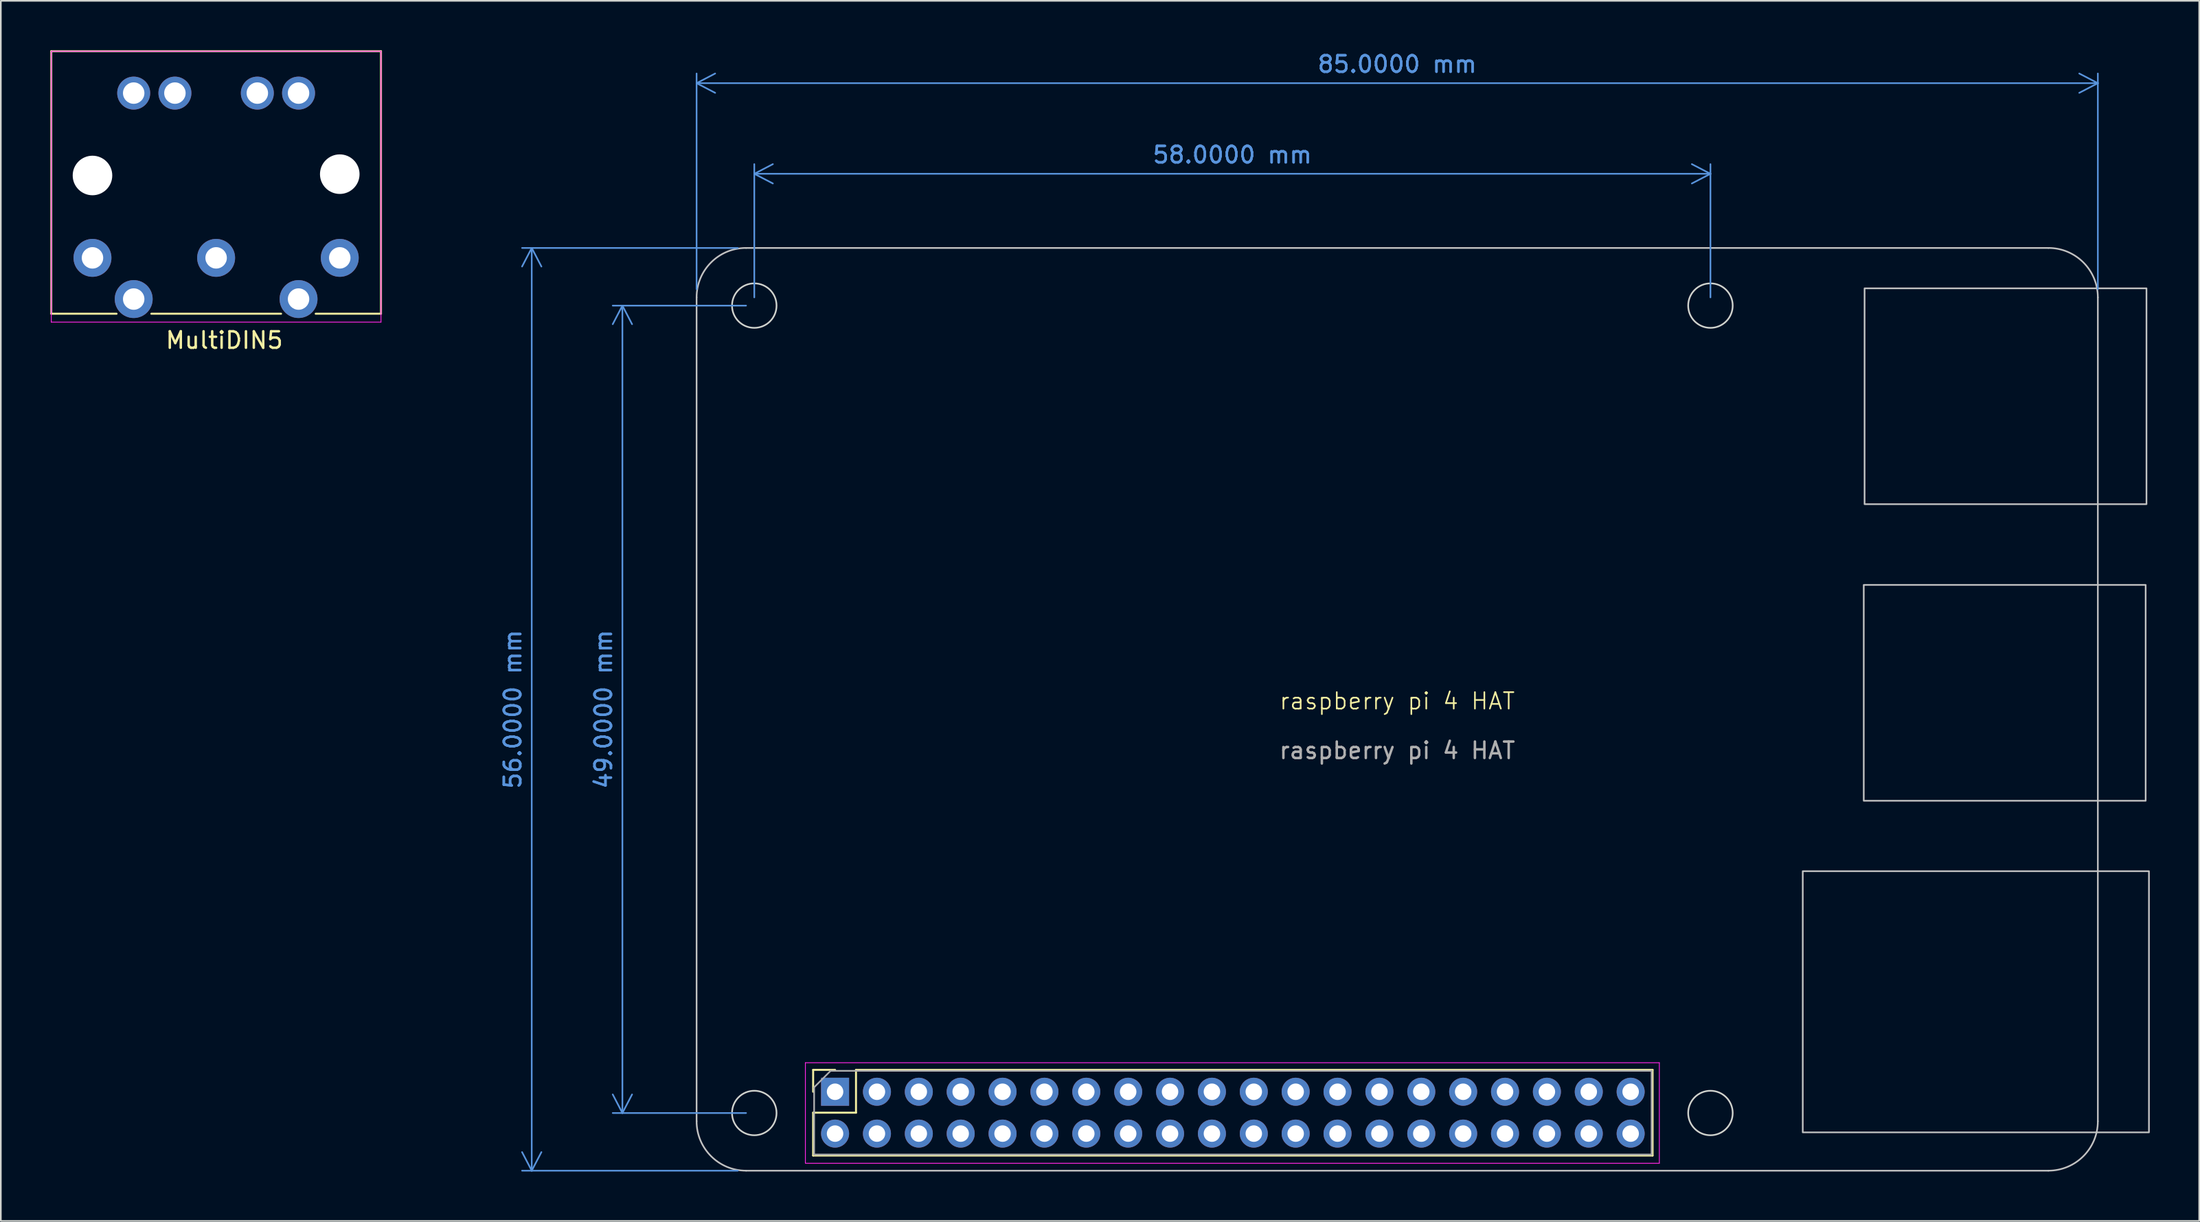
<source format=kicad_pcb>
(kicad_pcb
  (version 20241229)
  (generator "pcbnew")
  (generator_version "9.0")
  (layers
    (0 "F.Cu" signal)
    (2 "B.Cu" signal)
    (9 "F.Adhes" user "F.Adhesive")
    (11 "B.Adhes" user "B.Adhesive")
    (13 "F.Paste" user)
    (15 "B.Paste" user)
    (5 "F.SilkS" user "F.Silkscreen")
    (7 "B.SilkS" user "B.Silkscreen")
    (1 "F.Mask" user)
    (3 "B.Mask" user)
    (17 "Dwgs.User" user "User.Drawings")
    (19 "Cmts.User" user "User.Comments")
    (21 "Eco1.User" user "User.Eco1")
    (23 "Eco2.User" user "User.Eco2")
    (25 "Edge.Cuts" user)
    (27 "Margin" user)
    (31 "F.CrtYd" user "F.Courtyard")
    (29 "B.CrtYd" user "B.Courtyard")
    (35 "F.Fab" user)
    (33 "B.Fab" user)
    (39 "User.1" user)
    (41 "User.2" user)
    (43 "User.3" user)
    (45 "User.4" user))
  (footprint "MultiDIN5"
    (layer "F.Cu")
    (at 2.56 12.6)
    (property "Reference" "MultiDIN5" (at 8 5 0) (layer "F.SilkS") (effects (font (size 1 1) (thickness 0.15))))
    (attr through_hole)
    (fp_line (start -2.5 3.39) (end -2.5 -12.54) (stroke (width 0.12) (type solid)) (layer "F.SilkS"))
    (fp_line (start 1.46 3.39) (end -2.5 3.39) (stroke (width 0.12) (type solid)) (layer "F.SilkS"))
    (fp_line (start 11.44 3.39) (end 3.57 3.39) (stroke (width 0.12) (type solid)) (layer "F.SilkS"))
    (fp_line (start 17.5 -12.54) (end -2.5 -12.54) (stroke (width 0.12) (type solid)) (layer "F.SilkS"))
    (fp_line (start 17.5 3.39) (end 13.54 3.39) (stroke (width 0.12) (type solid)) (layer "F.SilkS"))
    (fp_line (start 17.5 3.39) (end 17.5 -12.54) (stroke (width 0.12) (type solid)) (layer "F.SilkS"))
    (fp_line (start -2.5 -12.54) (end -2.5 3.9) (stroke (width 0.05) (type solid)) (layer "F.CrtYd"))
    (fp_line (start 17.5 -12.54) (end -2.5 -12.54) (stroke (width 0.05) (type solid)) (layer "F.CrtYd"))
    (fp_line (start 17.5 3.9) (end -2.5 3.9) (stroke (width 0.05) (type solid)) (layer "F.CrtYd"))
    (fp_line (start 17.5 3.9) (end 17.5 -12.54) (stroke (width 0.05) (type solid)) (layer "F.CrtYd"))
    (pad "" np_thru_hole circle (at 0 -5) (size 2.4 2.4) (drill 2.4) (layers "*.Cu" "*.Mask"))
    (pad "" thru_hole circle (at 2.5 -10) (size 2 2) (drill 1.3) (layers "*.Cu" "*.Mask"))
    (pad "" thru_hole circle (at 5 -10) (size 2 2) (drill 1.3) (layers "*.Cu" "*.Mask"))
    (pad "" thru_hole circle (at 10 -10) (size 2 2) (drill 1.3) (layers "*.Cu" "*.Mask"))
    (pad "" thru_hole circle (at 12.5 -10) (size 2 2) (drill 1.3) (layers "*.Cu" "*.Mask"))
    (pad "" np_thru_hole circle (at 15 -5.08) (size 2.4 2.4) (drill 2.4) (layers "*.Cu" "*.Mask"))
    (pad "1" thru_hole circle (at 0 0) (size 2.3 2.3) (drill 1.3) (layers "*.Cu" "*.Mask"))
    (pad "2" thru_hole circle (at 7.5 0) (size 2.3 2.3) (drill 1.3) (layers "*.Cu" "*.Mask"))
    (pad "3" thru_hole circle (at 15 0) (size 2.3 2.3) (drill 1.3) (layers "*.Cu" "*.Mask"))
    (pad "4" thru_hole circle (at 2.5 2.5) (size 2.3 2.3) (drill 1.3) (layers "*.Cu" "*.Mask"))
    (pad "5" thru_hole circle (at 12.5 2.5) (size 2.3 2.3) (drill 1.3) (layers "*.Cu" "*.Mask")))
  (footprint "raspberry pi 4 HAT"
    (layer "F.Cu")
    (at 81.705 39.998)
    (property "Reference" "raspberry pi 4 HAT" (at 0 -0.5 0) (unlocked yes) (layer "F.SilkS") (effects (font (size 1 1) (thickness 0.1))))
    (attr through_hole)
    (fp_line (start -35.43 21.88) (end -34.1 21.88) (stroke (width 0.12) (type solid)) (layer "F.SilkS"))
    (fp_line (start -35.43 23.21) (end -35.43 21.88) (stroke (width 0.12) (type solid)) (layer "F.SilkS"))
    (fp_line (start -35.43 24.48) (end -32.83 24.48) (stroke (width 0.12) (type solid)) (layer "F.SilkS"))
    (fp_line (start -35.43 27.08) (end -35.43 24.48) (stroke (width 0.12) (type solid)) (layer "F.SilkS"))
    (fp_line (start -35.43 27.08) (end 15.49 27.08) (stroke (width 0.12) (type solid)) (layer "F.SilkS"))
    (fp_line (start -32.83 21.88) (end 15.49 21.88) (stroke (width 0.12) (type solid)) (layer "F.SilkS"))
    (fp_line (start -32.83 24.48) (end -32.83 21.88) (stroke (width 0.12) (type solid)) (layer "F.SilkS"))
    (fp_line (start 15.49 27.08) (end 15.49 21.88) (stroke (width 0.12) (type solid)) (layer "F.SilkS"))
    (fp_line (start -42.5 -25) (end -42.5 25) (stroke (width 0.1) (type default)) (layer "Dwgs.User"))
    (fp_line (start -39.5 -28) (end 39.5 -28) (stroke (width 0.1) (type default)) (layer "Dwgs.User"))
    (fp_line (start -39.5 28) (end 39.5 28) (stroke (width 0.1) (type default)) (layer "Dwgs.User"))
    (fp_line (start 42.5 -25) (end 42.5 25) (stroke (width 0.1) (type default)) (layer "Dwgs.User"))
    (fp_rect (start 24.6 25.675) (end 45.6 9.825) (stroke (width 0.1) (type default)) (fill no) (layer "Dwgs.User"))
    (fp_rect (start 28.3 5.55) (end 45.4 -7.55) (stroke (width 0.1) (type default)) (fill no) (layer "Dwgs.User"))
    (fp_rect (start 28.35 -12.45) (end 45.45 -25.55) (stroke (width 0.1) (type default)) (fill no) (layer "Dwgs.User"))
    (fp_arc (start -42.5 -25) (mid -41.62132 -27.12132) (end -39.5 -28) (stroke (width 0.1) (type default)) (layer "Dwgs.User"))
    (fp_arc (start -39.5 28) (mid -41.62132 27.12132) (end -42.5 25) (stroke (width 0.1) (type default)) (layer "Dwgs.User"))
    (fp_arc (start 39.5 -28) (mid 41.62132 -27.12132) (end 42.5 -25) (stroke (width 0.1) (type default)) (layer "Dwgs.User"))
    (fp_arc (start 42.5 25) (mid 41.62132 27.12132) (end 39.5 28) (stroke (width 0.1) (type default)) (layer "Dwgs.User"))
    (fp_circle (center -39 -24.5) (end -37.65 -24.5) (stroke (width 0.1) (type default)) (fill no) (layer "Edge.Cuts"))
    (fp_circle (center -39 24.5) (end -37.65 24.5) (stroke (width 0.1) (type default)) (fill no) (layer "Edge.Cuts"))
    (fp_circle (center 19 -24.5) (end 20.35 -24.5) (stroke (width 0.1) (type default)) (fill no) (layer "Edge.Cuts"))
    (fp_circle (center 19 24.5) (end 20.35 24.5) (stroke (width 0.1) (type default)) (fill no) (layer "Edge.Cuts"))
    (fp_line (start -35.9 21.45) (end 15.9 21.45) (stroke (width 0.05) (type solid)) (layer "F.CrtYd"))
    (fp_line (start -35.9 27.55) (end -35.9 21.45) (stroke (width 0.05) (type solid)) (layer "F.CrtYd"))
    (fp_line (start 15.9 21.45) (end 15.9 27.55) (stroke (width 0.05) (type solid)) (layer "F.CrtYd"))
    (fp_line (start 15.9 27.55) (end -35.9 27.55) (stroke (width 0.05) (type solid)) (layer "F.CrtYd"))
    (fp_line (start -35.37 22.94) (end -34.37 21.94) (stroke (width 0.1) (type solid)) (layer "F.Fab"))
    (fp_line (start -35.37 27.02) (end -35.37 22.94) (stroke (width 0.1) (type solid)) (layer "F.Fab"))
    (fp_line (start -34.37 21.94) (end 15.43 21.94) (stroke (width 0.1) (type solid)) (layer "F.Fab"))
    (fp_line (start 15.43 21.94) (end 15.43 27.02) (stroke (width 0.1) (type solid)) (layer "F.Fab"))
    (fp_line (start 15.43 27.02) (end -35.37 27.02) (stroke (width 0.1) (type solid)) (layer "F.Fab"))
    (fp_text user "${REFERENCE}" (at 0 2.5 0) (unlocked yes) (layer "F.Fab") (effects (font (size 1 1) (thickness 0.15))))
    (dimension (type aligned) (layer "Cmts.User") (pts (xy 42.705 15.498) (xy 42.705 64.498)) (height 8) (format (prefix "") (suffix "") (units 3) (units_format 1) (precision 4)) (style (thickness 0.1) (arrow_length 1.27) (text_position_mode 0) (arrow_direction outward) (extension_height 0.586) (extension_offset 0.5) (keep_text_aligned yes)) (gr_text "49.0000 mm" (at 33.555 39.998 90) (layer "Cmts.User") (effects (font (size 1 1) (thickness 0.15)))))
    (dimension (type aligned) (layer "Cmts.User") (pts (xy 42.205 11.998) (xy 42.205 67.998)) (height 13) (format (prefix "") (suffix "") (units 3) (units_format 1) (precision 4)) (style (thickness 0.1) (arrow_length 1.27) (text_position_mode 0) (arrow_direction outward) (extension_height 0.586) (extension_offset 0.5) (keep_text_aligned yes)) (gr_text "56.0000 mm" (at 28.055 39.998 90) (layer "Cmts.User") (effects (font (size 1 1) (thickness 0.15)))))
    (dimension (type aligned) (layer "Cmts.User") (pts (xy 39.205 14.998) (xy 124.205 14.998)) (height -13) (format (prefix "") (suffix "") (units 3) (units_format 1) (precision 4)) (style (thickness 0.1) (arrow_length 1.27) (text_position_mode 0) (arrow_direction outward) (extension_height 0.586) (extension_offset 0.5) (keep_text_aligned yes)) (gr_text "85.0000 mm" (at 81.705 0.848 0) (layer "Cmts.User") (effects (font (size 1 1) (thickness 0.15)))))
    (dimension (type aligned) (layer "Cmts.User") (pts (xy 42.705 15.498) (xy 100.705 15.498)) (height -8) (format (prefix "") (suffix "") (units 3) (units_format 1) (precision 4)) (style (thickness 0.1) (arrow_length 1.27) (text_position_mode 0) (arrow_direction outward) (extension_height 0.586) (extension_offset 0.5) (keep_text_aligned yes)) (gr_text "58.0000 mm" (at 71.705 6.348 0) (layer "Cmts.User") (effects (font (size 1 1) (thickness 0.15)))))
    (pad "1" thru_hole rect (at -34.1 23.21 90) (size 1.7 1.7) (drill 1) (layers "*.Cu" "*.Mask"))
    (pad "2" thru_hole oval (at -34.1 25.75 90) (size 1.7 1.7) (drill 1) (layers "*.Cu" "*.Mask"))
    (pad "3" thru_hole oval (at -31.56 23.21 90) (size 1.7 1.7) (drill 1) (layers "*.Cu" "*.Mask"))
    (pad "4" thru_hole oval (at -31.56 25.75 90) (size 1.7 1.7) (drill 1) (layers "*.Cu" "*.Mask"))
    (pad "5" thru_hole oval (at -29.02 23.21 90) (size 1.7 1.7) (drill 1) (layers "*.Cu" "*.Mask"))
    (pad "6" thru_hole oval (at -29.02 25.75 90) (size 1.7 1.7) (drill 1) (layers "*.Cu" "*.Mask"))
    (pad "7" thru_hole oval (at -26.48 23.21 90) (size 1.7 1.7) (drill 1) (layers "*.Cu" "*.Mask"))
    (pad "8" thru_hole oval (at -26.48 25.75 90) (size 1.7 1.7) (drill 1) (layers "*.Cu" "*.Mask"))
    (pad "9" thru_hole oval (at -23.94 23.21 90) (size 1.7 1.7) (drill 1) (layers "*.Cu" "*.Mask"))
    (pad "10" thru_hole oval (at -23.94 25.75 90) (size 1.7 1.7) (drill 1) (layers "*.Cu" "*.Mask"))
    (pad "11" thru_hole oval (at -21.4 23.21 90) (size 1.7 1.7) (drill 1) (layers "*.Cu" "*.Mask"))
    (pad "12" thru_hole oval (at -21.4 25.75 90) (size 1.7 1.7) (drill 1) (layers "*.Cu" "*.Mask"))
    (pad "13" thru_hole oval (at -18.86 23.21 90) (size 1.7 1.7) (drill 1) (layers "*.Cu" "*.Mask"))
    (pad "14" thru_hole oval (at -18.86 25.75 90) (size 1.7 1.7) (drill 1) (layers "*.Cu" "*.Mask"))
    (pad "15" thru_hole oval (at -16.32 23.21 90) (size 1.7 1.7) (drill 1) (layers "*.Cu" "*.Mask"))
    (pad "16" thru_hole oval (at -16.32 25.75 90) (size 1.7 1.7) (drill 1) (layers "*.Cu" "*.Mask"))
    (pad "17" thru_hole oval (at -13.78 23.21 90) (size 1.7 1.7) (drill 1) (layers "*.Cu" "*.Mask"))
    (pad "18" thru_hole oval (at -13.78 25.75 90) (size 1.7 1.7) (drill 1) (layers "*.Cu" "*.Mask"))
    (pad "19" thru_hole oval (at -11.24 23.21 90) (size 1.7 1.7) (drill 1) (layers "*.Cu" "*.Mask"))
    (pad "20" thru_hole oval (at -11.24 25.75 90) (size 1.7 1.7) (drill 1) (layers "*.Cu" "*.Mask"))
    (pad "21" thru_hole oval (at -8.7 23.21 90) (size 1.7 1.7) (drill 1) (layers "*.Cu" "*.Mask"))
    (pad "22" thru_hole oval (at -8.7 25.75 90) (size 1.7 1.7) (drill 1) (layers "*.Cu" "*.Mask"))
    (pad "23" thru_hole oval (at -6.16 23.21 90) (size 1.7 1.7) (drill 1) (layers "*.Cu" "*.Mask"))
    (pad "24" thru_hole oval (at -6.16 25.75 90) (size 1.7 1.7) (drill 1) (layers "*.Cu" "*.Mask"))
    (pad "25" thru_hole oval (at -3.62 23.21 90) (size 1.7 1.7) (drill 1) (layers "*.Cu" "*.Mask"))
    (pad "26" thru_hole oval (at -3.62 25.75 90) (size 1.7 1.7) (drill 1) (layers "*.Cu" "*.Mask"))
    (pad "27" thru_hole oval (at -1.08 23.21 90) (size 1.7 1.7) (drill 1) (layers "*.Cu" "*.Mask"))
    (pad "28" thru_hole oval (at -1.08 25.75 90) (size 1.7 1.7) (drill 1) (layers "*.Cu" "*.Mask"))
    (pad "29" thru_hole oval (at 1.46 23.21 90) (size 1.7 1.7) (drill 1) (layers "*.Cu" "*.Mask"))
    (pad "30" thru_hole oval (at 1.46 25.75 90) (size 1.7 1.7) (drill 1) (layers "*.Cu" "*.Mask"))
    (pad "31" thru_hole oval (at 4 23.21 90) (size 1.7 1.7) (drill 1) (layers "*.Cu" "*.Mask"))
    (pad "32" thru_hole oval (at 4 25.75 90) (size 1.7 1.7) (drill 1) (layers "*.Cu" "*.Mask"))
    (pad "33" thru_hole oval (at 6.54 23.21 90) (size 1.7 1.7) (drill 1) (layers "*.Cu" "*.Mask"))
    (pad "34" thru_hole oval (at 6.54 25.75 90) (size 1.7 1.7) (drill 1) (layers "*.Cu" "*.Mask"))
    (pad "35" thru_hole oval (at 9.08 23.21 90) (size 1.7 1.7) (drill 1) (layers "*.Cu" "*.Mask"))
    (pad "36" thru_hole oval (at 9.08 25.75 90) (size 1.7 1.7) (drill 1) (layers "*.Cu" "*.Mask"))
    (pad "37" thru_hole oval (at 11.62 23.21 90) (size 1.7 1.7) (drill 1) (layers "*.Cu" "*.Mask"))
    (pad "38" thru_hole oval (at 11.62 25.75 90) (size 1.7 1.7) (drill 1) (layers "*.Cu" "*.Mask"))
    (pad "39" thru_hole oval (at 14.16 23.21 90) (size 1.7 1.7) (drill 1) (layers "*.Cu" "*.Mask"))
    (pad "40" thru_hole oval (at 14.16 25.75 90) (size 1.7 1.7) (drill 1) (layers "*.Cu" "*.Mask")))
  (gr_rect
    (start -3 -3)
    (end 130.355 71.048)
    (stroke (width 0.1) (type default))
    (fill no)
    (layer "Edge.Cuts")))
</source>
